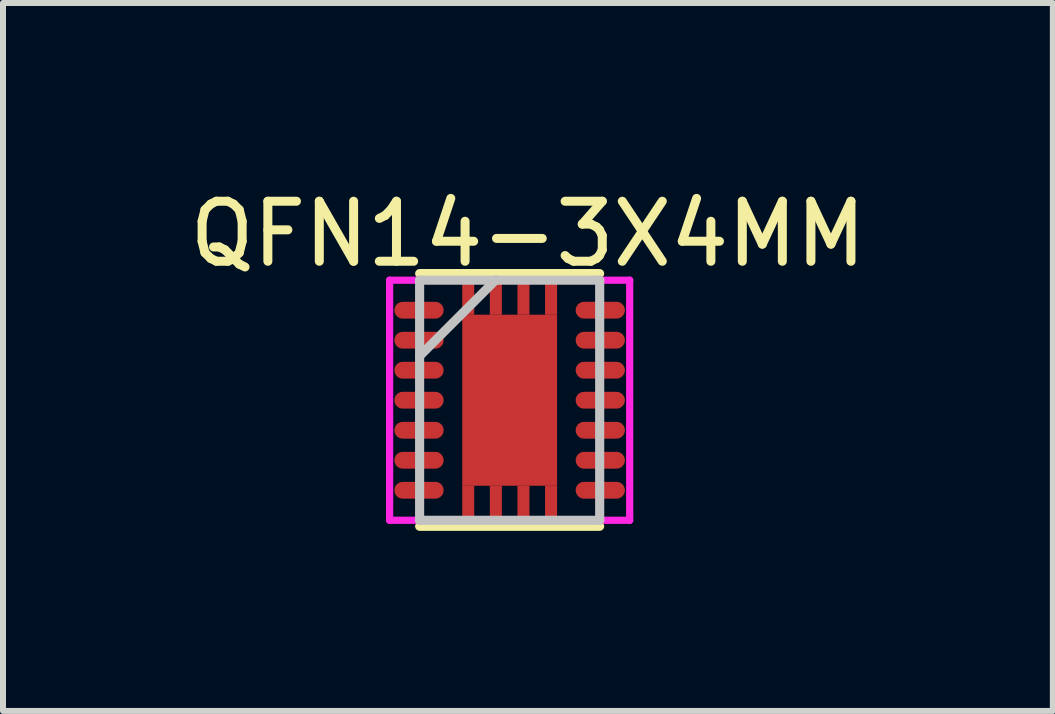
<source format=kicad_pcb>
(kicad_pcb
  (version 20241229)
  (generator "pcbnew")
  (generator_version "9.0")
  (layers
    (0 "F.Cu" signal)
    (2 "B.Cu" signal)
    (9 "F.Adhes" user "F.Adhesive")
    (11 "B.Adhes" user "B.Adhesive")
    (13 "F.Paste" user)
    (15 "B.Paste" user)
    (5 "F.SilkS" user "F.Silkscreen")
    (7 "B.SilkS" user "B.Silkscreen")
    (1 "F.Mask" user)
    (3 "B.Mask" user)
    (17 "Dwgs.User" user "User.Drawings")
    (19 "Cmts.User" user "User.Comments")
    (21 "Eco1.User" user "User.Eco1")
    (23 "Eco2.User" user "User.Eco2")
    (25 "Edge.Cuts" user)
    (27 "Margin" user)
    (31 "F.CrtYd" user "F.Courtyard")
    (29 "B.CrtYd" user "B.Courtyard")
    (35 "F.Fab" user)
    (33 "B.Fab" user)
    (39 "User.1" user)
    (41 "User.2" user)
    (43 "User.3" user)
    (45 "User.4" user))
  (footprint "QFN14-3X4MM"
    (layer "F.Cu")
    (at 5.441 3.618)
    (property "Reference" "QFN14-3X4MM" (at 0.305 -2.77 0) (layer "F.SilkS") (effects (font (size 1 1) (thickness 0.15))))
    (attr smd)
    (fp_line (start -1.499 2.1) (end 1.499 2.1) (stroke (width 0.152) (type solid)) (layer "F.SilkS"))
    (fp_line (start 1.499 -2.11) (end -1.499 -2.11) (stroke (width 0.152) (type solid)) (layer "F.SilkS"))
    (fp_line (start -1.5 -2) (end -1.5 2) (stroke (width 0.152) (type solid)) (layer "Dwgs.User"))
    (fp_line (start -1.5 2) (end 1.5 2) (stroke (width 0.152) (type solid)) (layer "Dwgs.User"))
    (fp_line (start -1.499 -0.737) (end -0.229 -2.007) (stroke (width 0.152) (type solid)) (layer "Dwgs.User"))
    (fp_line (start 1.5 -2) (end -1.5 -2) (stroke (width 0.152) (type solid)) (layer "Dwgs.User"))
    (fp_line (start 1.5 2) (end 1.5 -2) (stroke (width 0.152) (type solid)) (layer "Dwgs.User"))
    (fp_line (start -2 -2) (end 2 -2) (stroke (width 0.12) (type solid)) (layer "F.CrtYd"))
    (fp_line (start -2 2) (end -2 -2) (stroke (width 0.12) (type solid)) (layer "F.CrtYd"))
    (fp_line (start 2 -2) (end 2 2) (stroke (width 0.12) (type solid)) (layer "F.CrtYd"))
    (fp_line (start 2 2) (end -2 2) (stroke (width 0.12) (type solid)) (layer "F.CrtYd"))
    (pad "1" smd oval (at -1.51 -1.5) (size 0.82 0.28) (layers "F.Cu" "F.Mask" "F.Paste"))
    (pad "2" smd oval (at -1.51 -1) (size 0.82 0.28) (layers "F.Cu" "F.Mask" "F.Paste"))
    (pad "3" smd oval (at -1.51 -0.5) (size 0.82 0.28) (layers "F.Cu" "F.Mask" "F.Paste"))
    (pad "4" smd oval (at -1.51 0) (size 0.82 0.28) (layers "F.Cu" "F.Mask" "F.Paste"))
    (pad "5" smd oval (at -1.51 0.5) (size 0.82 0.28) (layers "F.Cu" "F.Mask" "F.Paste"))
    (pad "6" smd oval (at -1.51 1) (size 0.82 0.28) (layers "F.Cu" "F.Mask" "F.Paste"))
    (pad "7" smd oval (at -1.51 1.5) (size 0.82 0.28) (layers "F.Cu" "F.Mask" "F.Paste"))
    (pad "8" smd oval (at 1.51 1.5 180) (size 0.82 0.28) (layers "F.Cu" "F.Mask" "F.Paste"))
    (pad "9" smd oval (at 1.51 1 180) (size 0.82 0.28) (layers "F.Cu" "F.Mask" "F.Paste"))
    (pad "10" smd oval (at 1.51 0.5 180) (size 0.82 0.28) (layers "F.Cu" "F.Mask" "F.Paste"))
    (pad "11" smd oval (at 1.51 0 180) (size 0.82 0.28) (layers "F.Cu" "F.Mask" "F.Paste"))
    (pad "12" smd oval (at 1.51 -0.5 180) (size 0.82 0.28) (layers "F.Cu" "F.Mask" "F.Paste"))
    (pad "13" smd oval (at 1.51 -1 180) (size 0.82 0.28) (layers "F.Cu" "F.Mask" "F.Paste"))
    (pad "14" smd oval (at 1.51 -1.5 180) (size 0.82 0.28) (layers "F.Cu" "F.Mask" "F.Paste"))
    (pad "15" smd rect (at 0 0) (size 1.58 2.85) (layers "F.Cu" "F.Mask"))
    (pad "16" smd rect (at -0.69 -1.712) (size 0.2 0.575) (layers "F.Cu" "F.Mask" "F.Paste"))
    (pad "17" smd rect (at -0.23 -1.712) (size 0.2 0.575) (layers "F.Cu" "F.Mask" "F.Paste"))
    (pad "18" smd rect (at 0.23 -1.712) (size 0.2 0.575) (layers "F.Cu" "F.Mask" "F.Paste"))
    (pad "19" smd rect (at 0.69 -1.712) (size 0.2 0.575) (layers "F.Cu" "F.Mask" "F.Paste"))
    (pad "20" smd rect (at 0.69 1.712) (size 0.2 0.575) (layers "F.Cu" "F.Mask" "F.Paste"))
    (pad "21" smd rect (at 0.23 1.712) (size 0.2 0.575) (layers "F.Cu" "F.Mask" "F.Paste"))
    (pad "22" smd rect (at -0.23 1.712) (size 0.2 0.575) (layers "F.Cu" "F.Mask" "F.Paste"))
    (pad "23" smd rect (at -0.69 1.712) (size 0.2 0.575) (layers "F.Cu" "F.Mask" "F.Paste")))
  (gr_rect
    (start -3 -3)
    (end 14.491 8.795)
    (stroke (width 0.1) (type default))
    (fill no)
    (layer "Edge.Cuts")))
</source>
